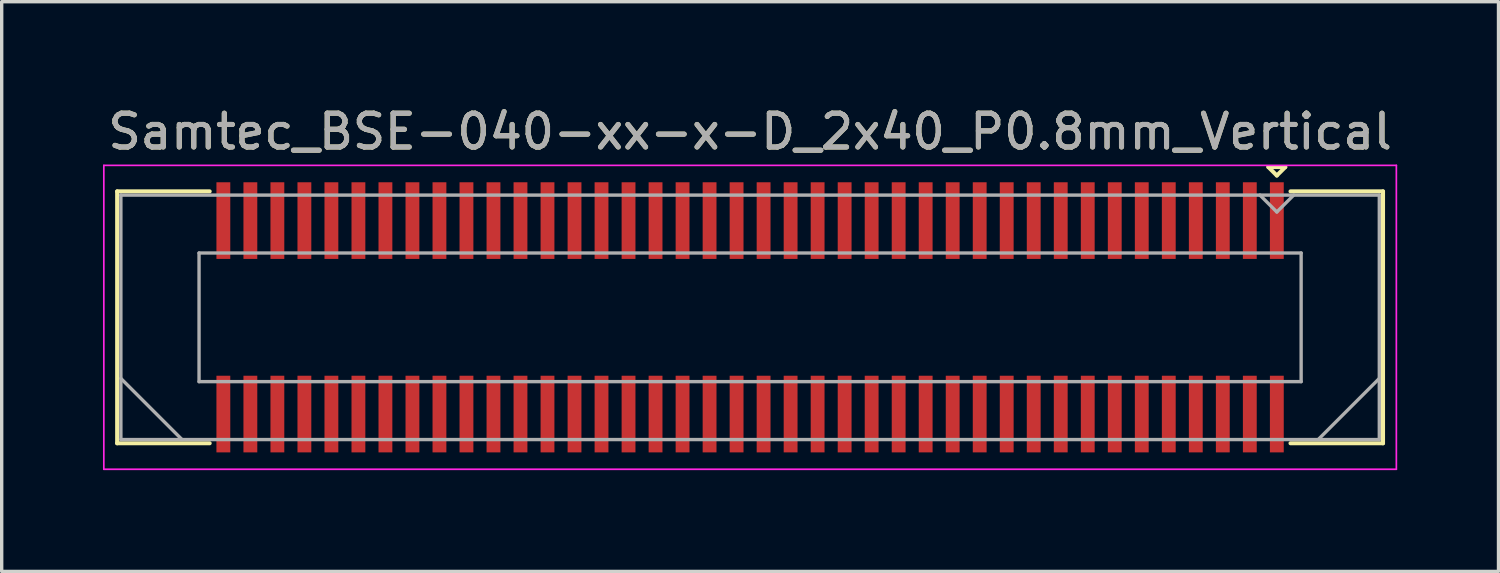
<source format=kicad_pcb>
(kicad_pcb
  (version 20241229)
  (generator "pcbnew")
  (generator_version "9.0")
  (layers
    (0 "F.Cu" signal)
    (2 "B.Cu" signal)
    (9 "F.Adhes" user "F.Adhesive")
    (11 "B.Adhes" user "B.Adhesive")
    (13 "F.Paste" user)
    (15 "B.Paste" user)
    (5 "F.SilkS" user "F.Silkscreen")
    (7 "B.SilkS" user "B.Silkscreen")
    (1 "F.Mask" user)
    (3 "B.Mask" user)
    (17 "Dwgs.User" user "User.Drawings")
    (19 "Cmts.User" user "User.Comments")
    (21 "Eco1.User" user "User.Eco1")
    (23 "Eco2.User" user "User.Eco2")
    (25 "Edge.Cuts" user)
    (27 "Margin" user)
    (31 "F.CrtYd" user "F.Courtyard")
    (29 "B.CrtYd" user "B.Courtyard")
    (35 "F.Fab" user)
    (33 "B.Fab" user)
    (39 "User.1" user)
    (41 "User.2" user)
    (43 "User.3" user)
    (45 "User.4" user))
  (footprint "Samtec_BSE-040-xx-x-D_2x40_P0.8mm_Vertical"
    (layer "F.Cu")
    (at 19.165 6.348)
    (property "Reference" "Samtec_BSE-040-xx-x-D_2x40_P0.8mm_Vertical" (at 0 -5.5 0) (layer "F.SilkS") (effects (font (size 1 1) (thickness 0.15))))
    (attr smd)
    (fp_line (start -18.745 -3.73) (end -16.005 -3.73) (stroke (width 0.12) (type solid)) (layer "F.SilkS"))
    (fp_line (start -18.745 3.73) (end -18.745 -3.73) (stroke (width 0.12) (type solid)) (layer "F.SilkS"))
    (fp_line (start -16.005 3.73) (end -18.745 3.73) (stroke (width 0.12) (type solid)) (layer "F.SilkS"))
    (fp_line (start 15.35 -4.45) (end 15.85 -4.45) (stroke (width 0.12) (type solid)) (layer "F.SilkS"))
    (fp_line (start 15.6 -4.2) (end 15.35 -4.45) (stroke (width 0.12) (type solid)) (layer "F.SilkS"))
    (fp_line (start 15.85 -4.45) (end 15.6 -4.2) (stroke (width 0.12) (type solid)) (layer "F.SilkS"))
    (fp_line (start 16.005 3.73) (end 18.745 3.73) (stroke (width 0.12) (type solid)) (layer "F.SilkS"))
    (fp_line (start 18.745 -3.73) (end 16.005 -3.73) (stroke (width 0.12) (type solid)) (layer "F.SilkS"))
    (fp_line (start 18.745 3.73) (end 18.745 -3.73) (stroke (width 0.12) (type solid)) (layer "F.SilkS"))
    (fp_line (start -19.14 -4.5) (end -19.14 4.5) (stroke (width 0.05) (type solid)) (layer "F.CrtYd"))
    (fp_line (start -19.14 4.5) (end 19.14 4.5) (stroke (width 0.05) (type solid)) (layer "F.CrtYd"))
    (fp_line (start 19.14 -4.5) (end -19.14 -4.5) (stroke (width 0.05) (type solid)) (layer "F.CrtYd"))
    (fp_line (start 19.14 4.5) (end 19.14 -4.5) (stroke (width 0.05) (type solid)) (layer "F.CrtYd"))
    (fp_line (start -18.635 -3.62) (end -18.635 3.62) (stroke (width 0.1) (type solid)) (layer "F.Fab"))
    (fp_line (start -18.635 1.81) (end -16.825 3.62) (stroke (width 0.1) (type solid)) (layer "F.Fab"))
    (fp_line (start -18.635 3.62) (end 18.635 3.62) (stroke (width 0.1) (type solid)) (layer "F.Fab"))
    (fp_line (start -16.32 -1.905) (end -16.32 1.905) (stroke (width 0.1) (type solid)) (layer "F.Fab"))
    (fp_line (start -16.32 1.905) (end 16.32 1.905) (stroke (width 0.1) (type solid)) (layer "F.Fab"))
    (fp_line (start 15.6 -3.12) (end 15.1 -3.62) (stroke (width 0.1) (type solid)) (layer "F.Fab"))
    (fp_line (start 16.1 -3.62) (end 15.6 -3.12) (stroke (width 0.1) (type solid)) (layer "F.Fab"))
    (fp_line (start 16.32 -1.905) (end -16.32 -1.905) (stroke (width 0.1) (type solid)) (layer "F.Fab"))
    (fp_line (start 16.32 1.905) (end 16.32 -1.905) (stroke (width 0.1) (type solid)) (layer "F.Fab"))
    (fp_line (start 18.635 -3.62) (end -18.635 -3.62) (stroke (width 0.1) (type solid)) (layer "F.Fab"))
    (fp_line (start 18.635 1.81) (end 16.825 3.62) (stroke (width 0.1) (type solid)) (layer "F.Fab"))
    (fp_line (start 18.635 3.62) (end 18.635 -3.62) (stroke (width 0.1) (type solid)) (layer "F.Fab"))
    (fp_text user "${REFERENCE}" (at 0 -5.5 0) (layer "F.Fab") (effects (font (size 1 1) (thickness 0.15))))
    (pad "1" smd rect (at 15.6 -2.865) (size 0.41 2.27) (layers "F.Cu" "F.Mask" "F.Paste"))
    (pad "2" smd rect (at 15.6 2.865) (size 0.41 2.27) (layers "F.Cu" "F.Mask" "F.Paste"))
    (pad "3" smd rect (at 14.8 -2.865) (size 0.41 2.27) (layers "F.Cu" "F.Mask" "F.Paste"))
    (pad "4" smd rect (at 14.8 2.865) (size 0.41 2.27) (layers "F.Cu" "F.Mask" "F.Paste"))
    (pad "5" smd rect (at 14 -2.865) (size 0.41 2.27) (layers "F.Cu" "F.Mask" "F.Paste"))
    (pad "6" smd rect (at 14 2.865) (size 0.41 2.27) (layers "F.Cu" "F.Mask" "F.Paste"))
    (pad "7" smd rect (at 13.2 -2.865) (size 0.41 2.27) (layers "F.Cu" "F.Mask" "F.Paste"))
    (pad "8" smd rect (at 13.2 2.865) (size 0.41 2.27) (layers "F.Cu" "F.Mask" "F.Paste"))
    (pad "9" smd rect (at 12.4 -2.865) (size 0.41 2.27) (layers "F.Cu" "F.Mask" "F.Paste"))
    (pad "10" smd rect (at 12.4 2.865) (size 0.41 2.27) (layers "F.Cu" "F.Mask" "F.Paste"))
    (pad "11" smd rect (at 11.6 -2.865) (size 0.41 2.27) (layers "F.Cu" "F.Mask" "F.Paste"))
    (pad "12" smd rect (at 11.6 2.865) (size 0.41 2.27) (layers "F.Cu" "F.Mask" "F.Paste"))
    (pad "13" smd rect (at 10.8 -2.865) (size 0.41 2.27) (layers "F.Cu" "F.Mask" "F.Paste"))
    (pad "14" smd rect (at 10.8 2.865) (size 0.41 2.27) (layers "F.Cu" "F.Mask" "F.Paste"))
    (pad "15" smd rect (at 10 -2.865) (size 0.41 2.27) (layers "F.Cu" "F.Mask" "F.Paste"))
    (pad "16" smd rect (at 10 2.865) (size 0.41 2.27) (layers "F.Cu" "F.Mask" "F.Paste"))
    (pad "17" smd rect (at 9.2 -2.865) (size 0.41 2.27) (layers "F.Cu" "F.Mask" "F.Paste"))
    (pad "18" smd rect (at 9.2 2.865) (size 0.41 2.27) (layers "F.Cu" "F.Mask" "F.Paste"))
    (pad "19" smd rect (at 8.4 -2.865) (size 0.41 2.27) (layers "F.Cu" "F.Mask" "F.Paste"))
    (pad "20" smd rect (at 8.4 2.865) (size 0.41 2.27) (layers "F.Cu" "F.Mask" "F.Paste"))
    (pad "21" smd rect (at 7.6 -2.865) (size 0.41 2.27) (layers "F.Cu" "F.Mask" "F.Paste"))
    (pad "22" smd rect (at 7.6 2.865) (size 0.41 2.27) (layers "F.Cu" "F.Mask" "F.Paste"))
    (pad "23" smd rect (at 6.8 -2.865) (size 0.41 2.27) (layers "F.Cu" "F.Mask" "F.Paste"))
    (pad "24" smd rect (at 6.8 2.865) (size 0.41 2.27) (layers "F.Cu" "F.Mask" "F.Paste"))
    (pad "25" smd rect (at 6 -2.865) (size 0.41 2.27) (layers "F.Cu" "F.Mask" "F.Paste"))
    (pad "26" smd rect (at 6 2.865) (size 0.41 2.27) (layers "F.Cu" "F.Mask" "F.Paste"))
    (pad "27" smd rect (at 5.2 -2.865) (size 0.41 2.27) (layers "F.Cu" "F.Mask" "F.Paste"))
    (pad "28" smd rect (at 5.2 2.865) (size 0.41 2.27) (layers "F.Cu" "F.Mask" "F.Paste"))
    (pad "29" smd rect (at 4.4 -2.865) (size 0.41 2.27) (layers "F.Cu" "F.Mask" "F.Paste"))
    (pad "30" smd rect (at 4.4 2.865) (size 0.41 2.27) (layers "F.Cu" "F.Mask" "F.Paste"))
    (pad "31" smd rect (at 3.6 -2.865) (size 0.41 2.27) (layers "F.Cu" "F.Mask" "F.Paste"))
    (pad "32" smd rect (at 3.6 2.865) (size 0.41 2.27) (layers "F.Cu" "F.Mask" "F.Paste"))
    (pad "33" smd rect (at 2.8 -2.865) (size 0.41 2.27) (layers "F.Cu" "F.Mask" "F.Paste"))
    (pad "34" smd rect (at 2.8 2.865) (size 0.41 2.27) (layers "F.Cu" "F.Mask" "F.Paste"))
    (pad "35" smd rect (at 2 -2.865) (size 0.41 2.27) (layers "F.Cu" "F.Mask" "F.Paste"))
    (pad "36" smd rect (at 2 2.865) (size 0.41 2.27) (layers "F.Cu" "F.Mask" "F.Paste"))
    (pad "37" smd rect (at 1.2 -2.865) (size 0.41 2.27) (layers "F.Cu" "F.Mask" "F.Paste"))
    (pad "38" smd rect (at 1.2 2.865) (size 0.41 2.27) (layers "F.Cu" "F.Mask" "F.Paste"))
    (pad "39" smd rect (at 0.4 -2.865) (size 0.41 2.27) (layers "F.Cu" "F.Mask" "F.Paste"))
    (pad "40" smd rect (at 0.4 2.865) (size 0.41 2.27) (layers "F.Cu" "F.Mask" "F.Paste"))
    (pad "41" smd rect (at -0.4 -2.865) (size 0.41 2.27) (layers "F.Cu" "F.Mask" "F.Paste"))
    (pad "42" smd rect (at -0.4 2.865) (size 0.41 2.27) (layers "F.Cu" "F.Mask" "F.Paste"))
    (pad "43" smd rect (at -1.2 -2.865) (size 0.41 2.27) (layers "F.Cu" "F.Mask" "F.Paste"))
    (pad "44" smd rect (at -1.2 2.865) (size 0.41 2.27) (layers "F.Cu" "F.Mask" "F.Paste"))
    (pad "45" smd rect (at -2 -2.865) (size 0.41 2.27) (layers "F.Cu" "F.Mask" "F.Paste"))
    (pad "46" smd rect (at -2 2.865) (size 0.41 2.27) (layers "F.Cu" "F.Mask" "F.Paste"))
    (pad "47" smd rect (at -2.8 -2.865) (size 0.41 2.27) (layers "F.Cu" "F.Mask" "F.Paste"))
    (pad "48" smd rect (at -2.8 2.865) (size 0.41 2.27) (layers "F.Cu" "F.Mask" "F.Paste"))
    (pad "49" smd rect (at -3.6 -2.865) (size 0.41 2.27) (layers "F.Cu" "F.Mask" "F.Paste"))
    (pad "50" smd rect (at -3.6 2.865) (size 0.41 2.27) (layers "F.Cu" "F.Mask" "F.Paste"))
    (pad "51" smd rect (at -4.4 -2.865) (size 0.41 2.27) (layers "F.Cu" "F.Mask" "F.Paste"))
    (pad "52" smd rect (at -4.4 2.865) (size 0.41 2.27) (layers "F.Cu" "F.Mask" "F.Paste"))
    (pad "53" smd rect (at -5.2 -2.865) (size 0.41 2.27) (layers "F.Cu" "F.Mask" "F.Paste"))
    (pad "54" smd rect (at -5.2 2.865) (size 0.41 2.27) (layers "F.Cu" "F.Mask" "F.Paste"))
    (pad "55" smd rect (at -6 -2.865) (size 0.41 2.27) (layers "F.Cu" "F.Mask" "F.Paste"))
    (pad "56" smd rect (at -6 2.865) (size 0.41 2.27) (layers "F.Cu" "F.Mask" "F.Paste"))
    (pad "57" smd rect (at -6.8 -2.865) (size 0.41 2.27) (layers "F.Cu" "F.Mask" "F.Paste"))
    (pad "58" smd rect (at -6.8 2.865) (size 0.41 2.27) (layers "F.Cu" "F.Mask" "F.Paste"))
    (pad "59" smd rect (at -7.6 -2.865) (size 0.41 2.27) (layers "F.Cu" "F.Mask" "F.Paste"))
    (pad "60" smd rect (at -7.6 2.865) (size 0.41 2.27) (layers "F.Cu" "F.Mask" "F.Paste"))
    (pad "61" smd rect (at -8.4 -2.865) (size 0.41 2.27) (layers "F.Cu" "F.Mask" "F.Paste"))
    (pad "62" smd rect (at -8.4 2.865) (size 0.41 2.27) (layers "F.Cu" "F.Mask" "F.Paste"))
    (pad "63" smd rect (at -9.2 -2.865) (size 0.41 2.27) (layers "F.Cu" "F.Mask" "F.Paste"))
    (pad "64" smd rect (at -9.2 2.865) (size 0.41 2.27) (layers "F.Cu" "F.Mask" "F.Paste"))
    (pad "65" smd rect (at -10 -2.865) (size 0.41 2.27) (layers "F.Cu" "F.Mask" "F.Paste"))
    (pad "66" smd rect (at -10 2.865) (size 0.41 2.27) (layers "F.Cu" "F.Mask" "F.Paste"))
    (pad "67" smd rect (at -10.8 -2.865) (size 0.41 2.27) (layers "F.Cu" "F.Mask" "F.Paste"))
    (pad "68" smd rect (at -10.8 2.865) (size 0.41 2.27) (layers "F.Cu" "F.Mask" "F.Paste"))
    (pad "69" smd rect (at -11.6 -2.865) (size 0.41 2.27) (layers "F.Cu" "F.Mask" "F.Paste"))
    (pad "70" smd rect (at -11.6 2.865) (size 0.41 2.27) (layers "F.Cu" "F.Mask" "F.Paste"))
    (pad "71" smd rect (at -12.4 -2.865) (size 0.41 2.27) (layers "F.Cu" "F.Mask" "F.Paste"))
    (pad "72" smd rect (at -12.4 2.865) (size 0.41 2.27) (layers "F.Cu" "F.Mask" "F.Paste"))
    (pad "73" smd rect (at -13.2 -2.865) (size 0.41 2.27) (layers "F.Cu" "F.Mask" "F.Paste"))
    (pad "74" smd rect (at -13.2 2.865) (size 0.41 2.27) (layers "F.Cu" "F.Mask" "F.Paste"))
    (pad "75" smd rect (at -14 -2.865) (size 0.41 2.27) (layers "F.Cu" "F.Mask" "F.Paste"))
    (pad "76" smd rect (at -14 2.865) (size 0.41 2.27) (layers "F.Cu" "F.Mask" "F.Paste"))
    (pad "77" smd rect (at -14.8 -2.865) (size 0.41 2.27) (layers "F.Cu" "F.Mask" "F.Paste"))
    (pad "78" smd rect (at -14.8 2.865) (size 0.41 2.27) (layers "F.Cu" "F.Mask" "F.Paste"))
    (pad "79" smd rect (at -15.6 -2.865) (size 0.41 2.27) (layers "F.Cu" "F.Mask" "F.Paste"))
    (pad "80" smd rect (at -15.6 2.865) (size 0.41 2.27) (layers "F.Cu" "F.Mask" "F.Paste")))
  (gr_rect
    (start -3 -3)
    (end 41.33 13.873)
    (stroke (width 0.1) (type default))
    (fill no)
    (layer "Edge.Cuts")))
</source>
